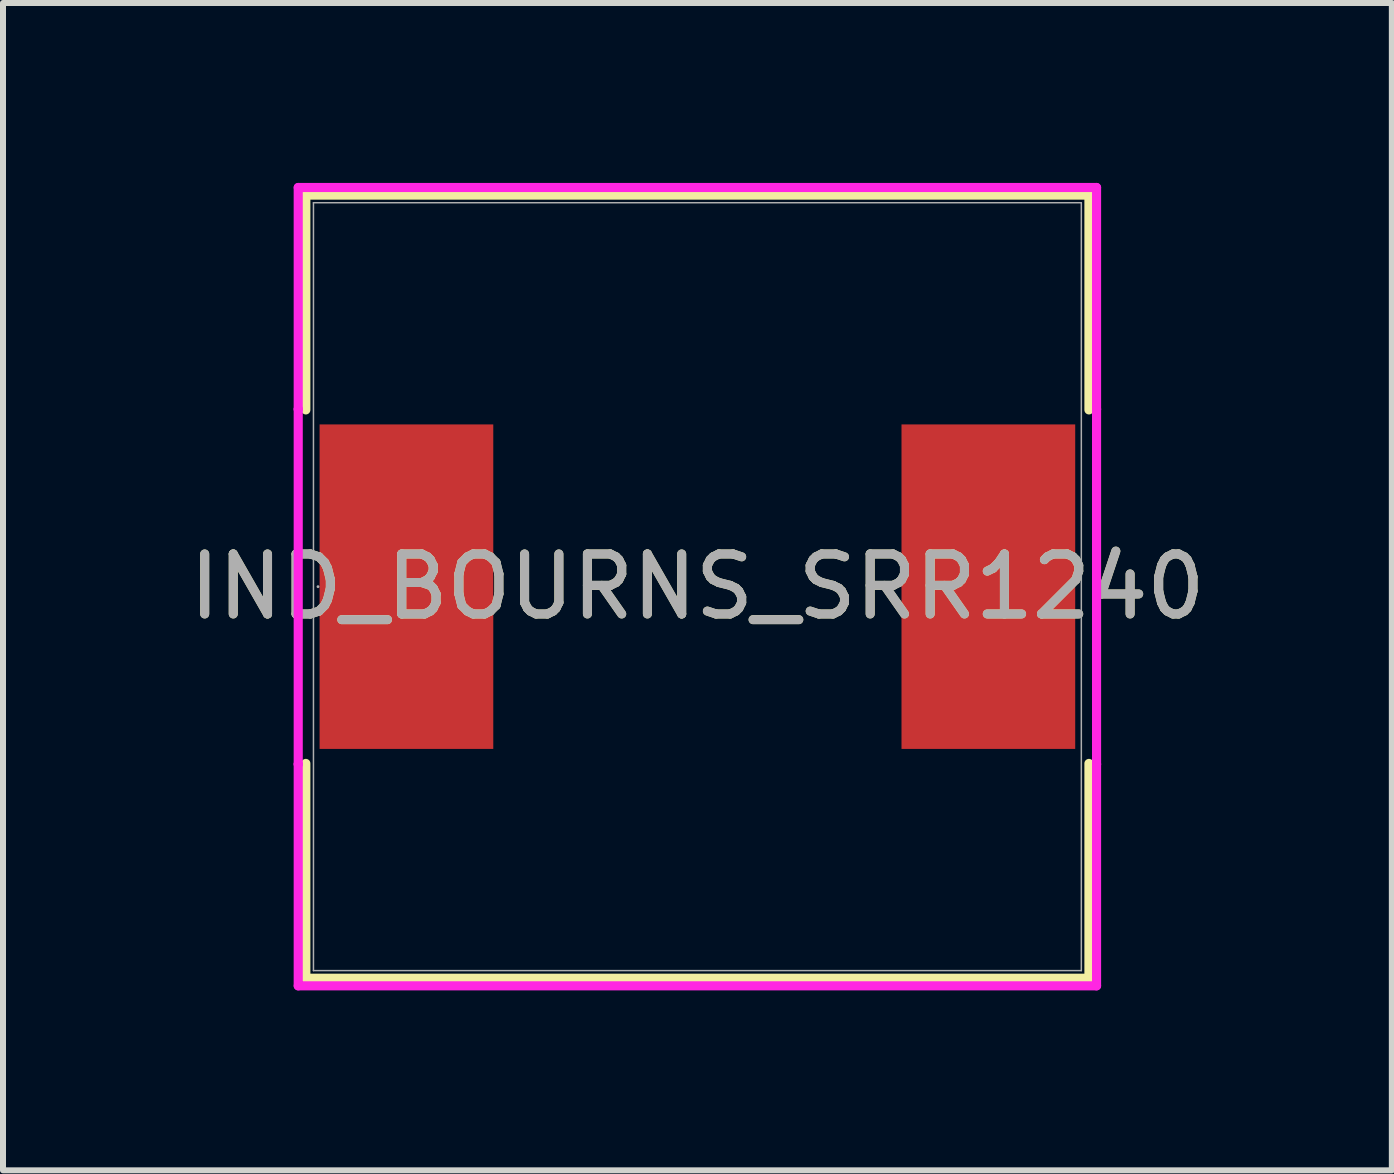
<source format=kicad_pcb>
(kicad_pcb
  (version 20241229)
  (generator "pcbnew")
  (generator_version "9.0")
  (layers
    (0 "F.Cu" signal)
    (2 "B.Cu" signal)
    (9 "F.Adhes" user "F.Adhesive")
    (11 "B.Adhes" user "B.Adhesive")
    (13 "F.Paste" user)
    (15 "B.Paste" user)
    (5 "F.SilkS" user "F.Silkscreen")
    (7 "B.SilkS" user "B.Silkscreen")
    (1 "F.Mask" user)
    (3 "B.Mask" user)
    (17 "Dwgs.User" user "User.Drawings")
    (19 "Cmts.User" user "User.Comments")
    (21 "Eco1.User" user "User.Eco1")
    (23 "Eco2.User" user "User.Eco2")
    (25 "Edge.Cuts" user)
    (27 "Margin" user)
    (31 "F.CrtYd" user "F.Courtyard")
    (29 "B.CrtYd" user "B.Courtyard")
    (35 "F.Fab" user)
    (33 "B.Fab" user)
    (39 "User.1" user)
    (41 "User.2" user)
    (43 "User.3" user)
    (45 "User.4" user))
  (footprint "IND_BOURNS_SRR1240"
    (layer "F.Cu")
    (at 8.577 6.731)
    (property "Reference" "IND_BOURNS_SRR1240" (at 0 0 0) (unlocked yes) (layer "F.SilkS") (effects (font (size 1 1) (thickness 0.15))))
    (attr smd)
    (fp_line (start -6.528 -6.528) (end -6.528 -2.947) (stroke (width 0.152) (type solid)) (layer "F.SilkS"))
    (fp_line (start -6.528 2.947) (end -6.528 6.528) (stroke (width 0.152) (type solid)) (layer "F.SilkS"))
    (fp_line (start -6.528 6.528) (end 6.528 6.528) (stroke (width 0.152) (type solid)) (layer "F.SilkS"))
    (fp_line (start 6.528 -6.528) (end -6.528 -6.528) (stroke (width 0.152) (type solid)) (layer "F.SilkS"))
    (fp_line (start 6.528 -2.947) (end 6.528 -6.528) (stroke (width 0.152) (type solid)) (layer "F.SilkS"))
    (fp_line (start 6.528 6.528) (end 6.528 2.947) (stroke (width 0.152) (type solid)) (layer "F.SilkS"))
    (fp_line (start -6.655 -6.655) (end 6.655 -6.655) (stroke (width 0.152) (type solid)) (layer "F.CrtYd"))
    (fp_line (start -6.655 -2.959) (end -6.655 -6.655) (stroke (width 0.152) (type solid)) (layer "F.CrtYd"))
    (fp_line (start -6.655 -2.959) (end -6.655 -2.959) (stroke (width 0.152) (type solid)) (layer "F.CrtYd"))
    (fp_line (start -6.655 2.959) (end -6.655 -2.959) (stroke (width 0.152) (type solid)) (layer "F.CrtYd"))
    (fp_line (start -6.655 2.959) (end -6.655 2.959) (stroke (width 0.152) (type solid)) (layer "F.CrtYd"))
    (fp_line (start -6.655 6.655) (end -6.655 2.959) (stroke (width 0.152) (type solid)) (layer "F.CrtYd"))
    (fp_line (start 6.655 -6.655) (end 6.655 -2.959) (stroke (width 0.152) (type solid)) (layer "F.CrtYd"))
    (fp_line (start 6.655 -2.959) (end 6.655 -2.959) (stroke (width 0.152) (type solid)) (layer "F.CrtYd"))
    (fp_line (start 6.655 -2.959) (end 6.655 2.959) (stroke (width 0.152) (type solid)) (layer "F.CrtYd"))
    (fp_line (start 6.655 2.959) (end 6.655 2.959) (stroke (width 0.152) (type solid)) (layer "F.CrtYd"))
    (fp_line (start 6.655 2.959) (end 6.655 6.655) (stroke (width 0.152) (type solid)) (layer "F.CrtYd"))
    (fp_line (start 6.655 6.655) (end -6.655 6.655) (stroke (width 0.152) (type solid)) (layer "F.CrtYd"))
    (fp_line (start -6.401 -6.401) (end -6.401 6.401) (stroke (width 0.025) (type solid)) (layer "F.Fab"))
    (fp_line (start -6.401 6.401) (end 6.401 6.401) (stroke (width 0.025) (type solid)) (layer "F.Fab"))
    (fp_line (start 6.401 -6.401) (end -6.401 -6.401) (stroke (width 0.025) (type solid)) (layer "F.Fab"))
    (fp_line (start 6.401 6.401) (end 6.401 -6.401) (stroke (width 0.025) (type solid)) (layer "F.Fab"))
    (fp_circle (center -6.325 0) (end -6.325 0) (stroke (width 0.025) (type solid)) (fill no) (layer "F.Fab"))
    (fp_text user "${REFERENCE}" (at 0 0 0) (unlocked yes) (layer "F.Fab") (effects (font (size 1 1) (thickness 0.15))))
    (pad "1" smd rect (at -4.851 0) (size 2.896 5.41) (layers "F.Cu" "F.Mask" "F.Paste"))
    (pad "2" smd rect (at 4.851 0) (size 2.896 5.41) (layers "F.Cu" "F.Mask" "F.Paste"))
    (zone (net_name "") (layer "F.Cu") (hatch full 0.508) (connect_pads) (min_thickness 0.254) (filled_areas_thickness no) (keepout (tracks not_allowed) (vias not_allowed) (pads allowed) (copperpour not_allowed) (footprints allowed)) (placement (enabled no)) (fill) (polygon (pts (xy 5.225 0.381) (xy 11.93 0.381) (xy 11.93 13.081) (xy 5.225 13.081)))))
  (gr_rect
    (start -3 -3)
    (end 20.155 16.462)
    (stroke (width 0.1) (type default))
    (fill no)
    (layer "Edge.Cuts")))
</source>
